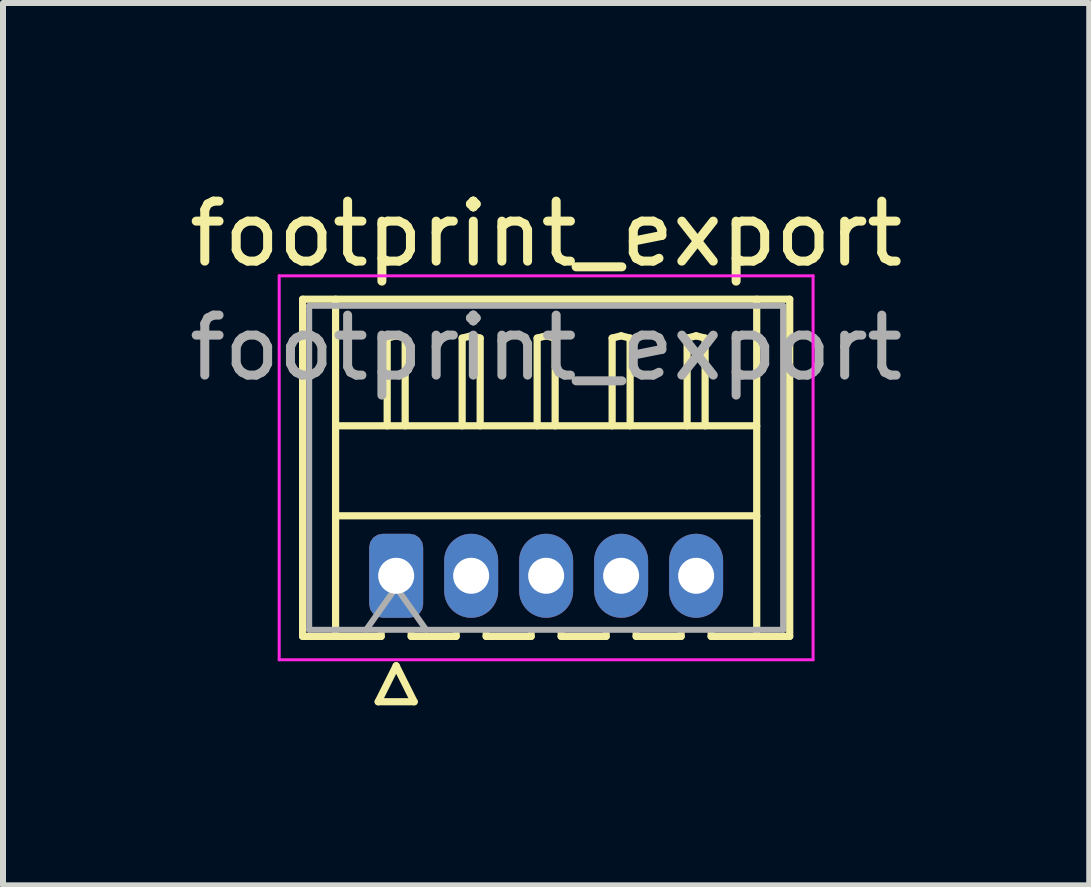
<source format=kicad_pcb>
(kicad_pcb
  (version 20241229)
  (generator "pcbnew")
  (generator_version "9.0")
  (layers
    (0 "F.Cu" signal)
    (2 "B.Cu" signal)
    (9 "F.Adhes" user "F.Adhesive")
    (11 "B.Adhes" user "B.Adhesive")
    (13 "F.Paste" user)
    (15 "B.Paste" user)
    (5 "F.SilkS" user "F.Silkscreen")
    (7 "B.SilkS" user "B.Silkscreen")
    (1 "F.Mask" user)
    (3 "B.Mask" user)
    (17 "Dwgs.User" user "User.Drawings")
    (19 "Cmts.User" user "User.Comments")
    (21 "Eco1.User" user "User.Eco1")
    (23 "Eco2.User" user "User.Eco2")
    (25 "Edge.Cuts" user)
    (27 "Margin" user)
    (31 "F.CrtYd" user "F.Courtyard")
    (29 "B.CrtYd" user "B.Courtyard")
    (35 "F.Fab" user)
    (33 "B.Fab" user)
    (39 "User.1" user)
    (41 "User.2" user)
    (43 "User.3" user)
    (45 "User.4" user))
  (footprint "footprint_export"
    (layer "F.Cu")
    (at 3.554 6.548)
    (property "Reference" "footprint_export" (at 2.5 -5.7 0) (layer "F.SilkS") (effects (font (size 1 1) (thickness 0.15))))
    (attr through_hole)
    (fp_line (start -1.56 -4.61) (end 6.56 -4.61) (stroke (width 0.12) (type solid)) (layer "F.SilkS"))
    (fp_line (start -1.56 1.01) (end -1.56 -4.61) (stroke (width 0.12) (type solid)) (layer "F.SilkS"))
    (fp_line (start -1.01 -4.61) (end -1.01 1.01) (stroke (width 0.12) (type solid)) (layer "F.SilkS"))
    (fp_line (start -1.01 -2.5) (end 6.01 -2.5) (stroke (width 0.12) (type solid)) (layer "F.SilkS"))
    (fp_line (start -1.01 -1) (end 6.01 -1) (stroke (width 0.12) (type solid)) (layer "F.SilkS"))
    (fp_line (start -0.3 2.1) (end 0.3 2.1) (stroke (width 0.12) (type solid)) (layer "F.SilkS"))
    (fp_line (start -0.25 0.96) (end -0.25 1.01) (stroke (width 0.12) (type solid)) (layer "F.SilkS"))
    (fp_line (start -0.25 1.01) (end -1.56 1.01) (stroke (width 0.12) (type solid)) (layer "F.SilkS"))
    (fp_line (start -0.15 -3.962) (end 0 -4) (stroke (width 0.12) (type solid)) (layer "F.SilkS"))
    (fp_line (start -0.15 -2.5) (end -0.15 -3.962) (stroke (width 0.12) (type solid)) (layer "F.SilkS"))
    (fp_line (start 0 -4) (end 0.15 -3.962) (stroke (width 0.12) (type solid)) (layer "F.SilkS"))
    (fp_line (start 0 1.5) (end -0.3 2.1) (stroke (width 0.12) (type solid)) (layer "F.SilkS"))
    (fp_line (start 0.15 -3.962) (end 0.15 -2.5) (stroke (width 0.12) (type solid)) (layer "F.SilkS"))
    (fp_line (start 0.25 0.96) (end 0.25 1.01) (stroke (width 0.12) (type solid)) (layer "F.SilkS"))
    (fp_line (start 0.25 1.01) (end 1 1.01) (stroke (width 0.12) (type solid)) (layer "F.SilkS"))
    (fp_line (start 0.3 2.1) (end 0 1.5) (stroke (width 0.12) (type solid)) (layer "F.SilkS"))
    (fp_line (start 1 1.01) (end 1 0.96) (stroke (width 0.12) (type solid)) (layer "F.SilkS"))
    (fp_line (start 1.1 -3.962) (end 1.25 -4) (stroke (width 0.12) (type solid)) (layer "F.SilkS"))
    (fp_line (start 1.1 -2.5) (end 1.1 -3.962) (stroke (width 0.12) (type solid)) (layer "F.SilkS"))
    (fp_line (start 1.25 -4) (end 1.4 -3.962) (stroke (width 0.12) (type solid)) (layer "F.SilkS"))
    (fp_line (start 1.4 -3.962) (end 1.4 -2.5) (stroke (width 0.12) (type solid)) (layer "F.SilkS"))
    (fp_line (start 1.5 0.96) (end 1.5 1.01) (stroke (width 0.12) (type solid)) (layer "F.SilkS"))
    (fp_line (start 1.5 1.01) (end 2.25 1.01) (stroke (width 0.12) (type solid)) (layer "F.SilkS"))
    (fp_line (start 2.25 1.01) (end 2.25 0.96) (stroke (width 0.12) (type solid)) (layer "F.SilkS"))
    (fp_line (start 2.35 -3.962) (end 2.5 -4) (stroke (width 0.12) (type solid)) (layer "F.SilkS"))
    (fp_line (start 2.35 -2.5) (end 2.35 -3.962) (stroke (width 0.12) (type solid)) (layer "F.SilkS"))
    (fp_line (start 2.5 -4) (end 2.65 -3.962) (stroke (width 0.12) (type solid)) (layer "F.SilkS"))
    (fp_line (start 2.65 -3.962) (end 2.65 -2.5) (stroke (width 0.12) (type solid)) (layer "F.SilkS"))
    (fp_line (start 2.75 0.96) (end 2.75 1.01) (stroke (width 0.12) (type solid)) (layer "F.SilkS"))
    (fp_line (start 2.75 1.01) (end 3.5 1.01) (stroke (width 0.12) (type solid)) (layer "F.SilkS"))
    (fp_line (start 3.5 1.01) (end 3.5 0.96) (stroke (width 0.12) (type solid)) (layer "F.SilkS"))
    (fp_line (start 3.6 -3.962) (end 3.75 -4) (stroke (width 0.12) (type solid)) (layer "F.SilkS"))
    (fp_line (start 3.6 -2.5) (end 3.6 -3.962) (stroke (width 0.12) (type solid)) (layer "F.SilkS"))
    (fp_line (start 3.75 -4) (end 3.9 -3.962) (stroke (width 0.12) (type solid)) (layer "F.SilkS"))
    (fp_line (start 3.9 -3.962) (end 3.9 -2.5) (stroke (width 0.12) (type solid)) (layer "F.SilkS"))
    (fp_line (start 4 0.96) (end 4 1.01) (stroke (width 0.12) (type solid)) (layer "F.SilkS"))
    (fp_line (start 4 1.01) (end 4.75 1.01) (stroke (width 0.12) (type solid)) (layer "F.SilkS"))
    (fp_line (start 4.75 1.01) (end 4.75 0.96) (stroke (width 0.12) (type solid)) (layer "F.SilkS"))
    (fp_line (start 4.85 -3.962) (end 5 -4) (stroke (width 0.12) (type solid)) (layer "F.SilkS"))
    (fp_line (start 4.85 -2.5) (end 4.85 -3.962) (stroke (width 0.12) (type solid)) (layer "F.SilkS"))
    (fp_line (start 5 -4) (end 5.15 -3.962) (stroke (width 0.12) (type solid)) (layer "F.SilkS"))
    (fp_line (start 5.15 -3.962) (end 5.15 -2.5) (stroke (width 0.12) (type solid)) (layer "F.SilkS"))
    (fp_line (start 5.25 1.01) (end 5.25 0.96) (stroke (width 0.12) (type solid)) (layer "F.SilkS"))
    (fp_line (start 6.01 -4.61) (end 6.01 1.01) (stroke (width 0.12) (type solid)) (layer "F.SilkS"))
    (fp_line (start 6.56 -4.61) (end 6.56 1.01) (stroke (width 0.12) (type solid)) (layer "F.SilkS"))
    (fp_line (start 6.56 1.01) (end 5.25 1.01) (stroke (width 0.12) (type solid)) (layer "F.SilkS"))
    (fp_line (start -1.95 -5) (end -1.95 1.4) (stroke (width 0.05) (type solid)) (layer "F.CrtYd"))
    (fp_line (start -1.95 1.4) (end 6.95 1.4) (stroke (width 0.05) (type solid)) (layer "F.CrtYd"))
    (fp_line (start 6.95 -5) (end -1.95 -5) (stroke (width 0.05) (type solid)) (layer "F.CrtYd"))
    (fp_line (start 6.95 1.4) (end 6.95 -5) (stroke (width 0.05) (type solid)) (layer "F.CrtYd"))
    (fp_line (start -1.45 -4.5) (end -1.45 0.9) (stroke (width 0.1) (type solid)) (layer "F.Fab"))
    (fp_line (start -1.45 0.9) (end 6.45 0.9) (stroke (width 0.1) (type solid)) (layer "F.Fab"))
    (fp_line (start -0.5 0.9) (end 0 0.193) (stroke (width 0.1) (type solid)) (layer "F.Fab"))
    (fp_line (start 0 0.193) (end 0.5 0.9) (stroke (width 0.1) (type solid)) (layer "F.Fab"))
    (fp_line (start 6.45 -4.5) (end -1.45 -4.5) (stroke (width 0.1) (type solid)) (layer "F.Fab"))
    (fp_line (start 6.45 0.9) (end 6.45 -4.5) (stroke (width 0.1) (type solid)) (layer "F.Fab"))
    (fp_text user "${REFERENCE}" (at 2.5 -3.8 0) (layer "F.Fab") (effects (font (size 1 1) (thickness 0.15))))
    (pad "1" thru_hole roundrect (at 0 0) (size 0.9 1.4) (drill 0.6) (layers "*.Cu" "*.Mask") (roundrect_rratio 0.25))
    (pad "2" thru_hole oval (at 1.25 0) (size 0.9 1.4) (drill 0.6) (layers "*.Cu" "*.Mask"))
    (pad "3" thru_hole oval (at 2.5 0) (size 0.9 1.4) (drill 0.6) (layers "*.Cu" "*.Mask"))
    (pad "4" thru_hole oval (at 3.75 0) (size 0.9 1.4) (drill 0.6) (layers "*.Cu" "*.Mask"))
    (pad "5" thru_hole oval (at 5 0) (size 0.9 1.4) (drill 0.6) (layers "*.Cu" "*.Mask")))
  (gr_rect
    (start -3 -3)
    (end 15.107 11.708)
    (stroke (width 0.1) (type default))
    (fill no)
    (layer "Edge.Cuts")))
</source>
